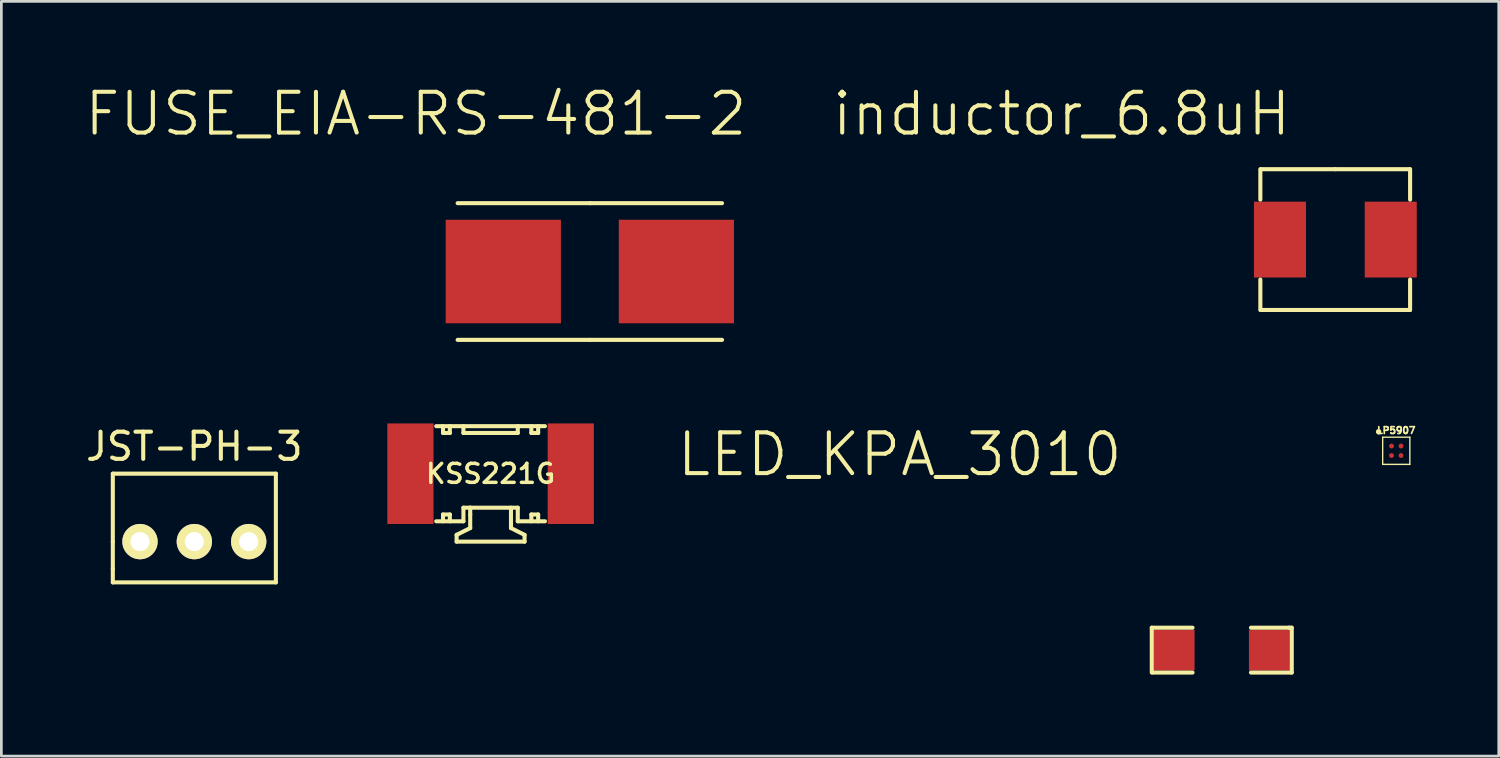
<source format=kicad_pcb>
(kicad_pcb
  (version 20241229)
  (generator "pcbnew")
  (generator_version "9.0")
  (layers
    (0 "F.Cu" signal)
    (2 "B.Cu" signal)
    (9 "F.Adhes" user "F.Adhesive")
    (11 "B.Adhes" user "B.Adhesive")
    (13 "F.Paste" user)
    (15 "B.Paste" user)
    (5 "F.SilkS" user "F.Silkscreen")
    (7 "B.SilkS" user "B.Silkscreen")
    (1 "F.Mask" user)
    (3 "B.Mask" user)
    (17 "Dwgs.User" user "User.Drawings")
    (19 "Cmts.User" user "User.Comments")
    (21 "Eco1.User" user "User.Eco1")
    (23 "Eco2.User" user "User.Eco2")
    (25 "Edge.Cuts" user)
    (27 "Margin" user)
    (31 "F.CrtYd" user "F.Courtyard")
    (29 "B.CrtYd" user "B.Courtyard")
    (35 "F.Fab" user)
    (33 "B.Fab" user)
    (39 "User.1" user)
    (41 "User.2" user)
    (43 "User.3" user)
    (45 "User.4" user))
  (footprint "inductor_6.8uH"
    (layer "F.Cu")
    (at 46.086 5.766)
    (property "Reference" "inductor_6.8uH" (at -10.075 -4.625 0) (layer "F.SilkS") (effects (font (size 1.5 1.5) (thickness 0.15))))
    (attr through_hole)
    (fp_line (start -2.76 -2.59) (end -2.76 -1.47) (stroke (width 0.15) (type solid)) (layer "F.SilkS"))
    (fp_line (start -2.76 2.59) (end -2.76 1.47) (stroke (width 0.15) (type solid)) (layer "F.SilkS"))
    (fp_line (start 0 -2.59) (end -2.745 -2.59) (stroke (width 0.15) (type solid)) (layer "F.SilkS"))
    (fp_line (start 0 -2.59) (end 2.745 -2.59) (stroke (width 0.15) (type solid)) (layer "F.SilkS"))
    (fp_line (start 0 2.59) (end -2.745 2.59) (stroke (width 0.15) (type solid)) (layer "F.SilkS"))
    (fp_line (start 0 2.59) (end 2.745 2.59) (stroke (width 0.15) (type solid)) (layer "F.SilkS"))
    (fp_line (start 2.75 -2.59) (end 2.75 -1.47) (stroke (width 0.15) (type solid)) (layer "F.SilkS"))
    (fp_line (start 2.75 2.59) (end 2.75 1.47) (stroke (width 0.15) (type solid)) (layer "F.SilkS"))
    (pad "1" smd rect (at -2.038 0) (size 1.915 2.79) (layers "F.Cu" "F.Mask" "F.Paste"))
    (pad "2" smd rect (at 2.038 0) (size 1.915 2.79) (layers "F.Cu" "F.Mask" "F.Paste")))
  (footprint "JST-PH-3"
    (layer "F.Cu")
    (at 4.101 16.879)
    (property "Reference" "JST-PH-3" (at 0 -3.5 0) (layer "F.SilkS") (effects (font (size 1 1) (thickness 0.15))))
    (attr through_hole)
    (fp_line (start -3 -2.5) (end 3 -2.5) (stroke (width 0.15) (type solid)) (layer "F.SilkS"))
    (fp_line (start -3 0) (end -3 -2.5) (stroke (width 0.15) (type solid)) (layer "F.SilkS"))
    (fp_line (start -3 1) (end -3 0) (stroke (width 0.15) (type solid)) (layer "F.SilkS"))
    (fp_line (start -3 1.5) (end -3 1) (stroke (width 0.15) (type solid)) (layer "F.SilkS"))
    (fp_line (start 3 -2.5) (end 3 1.5) (stroke (width 0.15) (type solid)) (layer "F.SilkS"))
    (fp_line (start 3 1.5) (end -3 1.5) (stroke (width 0.15) (type solid)) (layer "F.SilkS"))
    (pad "1" thru_hole circle (at -2 0) (size 1.3 1.3) (drill 0.7) (layers "*.Cu" "*.Mask" "F.SilkS"))
    (pad "2" thru_hole circle (at 0 0) (size 1.3 1.3) (drill 0.7) (layers "*.Cu" "*.Mask" "F.SilkS"))
    (pad "3" thru_hole circle (at 2 0) (size 1.3 1.3) (drill 0.7) (layers "*.Cu" "*.Mask" "F.SilkS")))
  (footprint "FUSE_EIA-RS-481-2"
    (layer "F.Cu")
    (at 18.654 6.941)
    (property "Reference" "FUSE_EIA-RS-481-2" (at -6.4 -5.8 0) (layer "F.SilkS") (effects (font (size 1.5 1.5) (thickness 0.15))))
    (attr through_hole)
    (fp_line (start 0 -2.515) (end -4.865 -2.515) (stroke (width 0.15) (type solid)) (layer "F.SilkS"))
    (fp_line (start 0 -2.515) (end 4.865 -2.515) (stroke (width 0.15) (type solid)) (layer "F.SilkS"))
    (fp_line (start 0 2.515) (end -4.865 2.515) (stroke (width 0.15) (type solid)) (layer "F.SilkS"))
    (fp_line (start 0 2.515) (end 4.865 2.515) (stroke (width 0.15) (type solid)) (layer "F.SilkS"))
    (pad "1" smd rect (at -3.185 0) (size 4.24 3.81) (layers "F.Cu" "F.Mask" "F.Paste"))
    (pad "2" smd rect (at 3.185 0) (size 4.24 3.81) (layers "F.Cu" "F.Mask" "F.Paste")))
  (footprint "LP5907"
    (layer "F.Cu")
    (at 48.327 13.537)
    (property "Reference" "LP5907" (at 0 -0.75 0) (layer "F.SilkS") (effects (font (size 0.25 0.25) (thickness 0.062))))
    (attr through_hole)
    (fp_line (start -0.5 -0.5) (end 0.5 -0.5) (stroke (width 0.05) (type solid)) (layer "F.SilkS"))
    (fp_line (start -0.5 0.5) (end -0.5 -0.5) (stroke (width 0.05) (type solid)) (layer "F.SilkS"))
    (fp_line (start 0.5 -0.5) (end 0.5 0.5) (stroke (width 0.05) (type solid)) (layer "F.SilkS"))
    (fp_line (start 0.5 0.5) (end -0.5 0.5) (stroke (width 0.05) (type solid)) (layer "F.SilkS"))
    (fp_circle (center -0.65 -0.7) (end -0.65 -0.65) (stroke (width 0.1) (type solid)) (fill no) (layer "F.SilkS"))
    (pad "A1" smd circle (at -0.175 -0.175) (size 0.18 0.18) (layers "F.Cu" "F.Mask" "F.Paste"))
    (pad "A2" smd circle (at 0.175 -0.175) (size 0.18 0.18) (layers "F.Cu" "F.Mask" "F.Paste"))
    (pad "B1" smd circle (at -0.175 0.175) (size 0.18 0.18) (layers "F.Cu" "F.Mask" "F.Paste"))
    (pad "B2" smd circle (at 0.175 0.175) (size 0.18 0.18) (layers "F.Cu" "F.Mask" "F.Paste")))
  (footprint "KSS221G"
    (layer "F.Cu")
    (at 15.002 14.381)
    (property "Reference" "KSS221G" (at 0 0 0) (layer "F.SilkS") (effects (font (size 0.7 0.7) (thickness 0.127))))
    (attr through_hole)
    (fp_line (start -2 -1.75) (end 2 -1.75) (stroke (width 0.15) (type solid)) (layer "F.SilkS"))
    (fp_line (start -1.75 -1.75) (end -1.75 -1.5) (stroke (width 0.15) (type solid)) (layer "F.SilkS"))
    (fp_line (start -1.75 -1.5) (end -1.5 -1.5) (stroke (width 0.15) (type solid)) (layer "F.SilkS"))
    (fp_line (start -1.75 1.5) (end -1.5 1.5) (stroke (width 0.15) (type solid)) (layer "F.SilkS"))
    (fp_line (start -1.75 1.75) (end -1.75 1.5) (stroke (width 0.15) (type solid)) (layer "F.SilkS"))
    (fp_line (start -1.5 -1.5) (end -1.5 -1.75) (stroke (width 0.15) (type solid)) (layer "F.SilkS"))
    (fp_line (start -1.5 1.5) (end -1.5 1.75) (stroke (width 0.15) (type solid)) (layer "F.SilkS"))
    (fp_line (start -1.25 2.25) (end -0.75 2) (stroke (width 0.15) (type solid)) (layer "F.SilkS"))
    (fp_line (start -1.25 2.5) (end -1.25 2.25) (stroke (width 0.15) (type solid)) (layer "F.SilkS"))
    (fp_line (start -1 -1.75) (end -1 -1.5) (stroke (width 0.15) (type solid)) (layer "F.SilkS"))
    (fp_line (start -1 -1.5) (end 1 -1.5) (stroke (width 0.15) (type solid)) (layer "F.SilkS"))
    (fp_line (start -1 1.25) (end -1 1.75) (stroke (width 0.15) (type solid)) (layer "F.SilkS"))
    (fp_line (start -1 1.75) (end -2 1.75) (stroke (width 0.15) (type solid)) (layer "F.SilkS"))
    (fp_line (start -0.75 1.25) (end -1 1.25) (stroke (width 0.15) (type solid)) (layer "F.SilkS"))
    (fp_line (start -0.75 1.5) (end -0.75 1.25) (stroke (width 0.15) (type solid)) (layer "F.SilkS"))
    (fp_line (start -0.75 2) (end -0.75 1.5) (stroke (width 0.15) (type solid)) (layer "F.SilkS"))
    (fp_line (start 0.75 1.5) (end 0.75 1.25) (stroke (width 0.15) (type solid)) (layer "F.SilkS"))
    (fp_line (start 0.75 1.5) (end 0.75 2) (stroke (width 0.15) (type solid)) (layer "F.SilkS"))
    (fp_line (start 0.75 2) (end 1.25 2.25) (stroke (width 0.15) (type solid)) (layer "F.SilkS"))
    (fp_line (start 1 -1.5) (end 1 -1.75) (stroke (width 0.15) (type solid)) (layer "F.SilkS"))
    (fp_line (start 1 1.25) (end -0.75 1.25) (stroke (width 0.15) (type solid)) (layer "F.SilkS"))
    (fp_line (start 1 1.75) (end 1 1.25) (stroke (width 0.15) (type solid)) (layer "F.SilkS"))
    (fp_line (start 1.25 2.25) (end 1.25 2.5) (stroke (width 0.15) (type solid)) (layer "F.SilkS"))
    (fp_line (start 1.25 2.5) (end -1.25 2.5) (stroke (width 0.15) (type solid)) (layer "F.SilkS"))
    (fp_line (start 1.5 -1.5) (end 1.5 -1.75) (stroke (width 0.15) (type solid)) (layer "F.SilkS"))
    (fp_line (start 1.5 1.5) (end 1.75 1.5) (stroke (width 0.15) (type solid)) (layer "F.SilkS"))
    (fp_line (start 1.5 1.75) (end 1.5 1.5) (stroke (width 0.15) (type solid)) (layer "F.SilkS"))
    (fp_line (start 1.75 -1.75) (end 1.75 -1.5) (stroke (width 0.15) (type solid)) (layer "F.SilkS"))
    (fp_line (start 1.75 -1.5) (end 1.5 -1.5) (stroke (width 0.15) (type solid)) (layer "F.SilkS"))
    (fp_line (start 1.75 1.5) (end 1.75 1.75) (stroke (width 0.15) (type solid)) (layer "F.SilkS"))
    (fp_line (start 2 1.75) (end 1 1.75) (stroke (width 0.15) (type solid)) (layer "F.SilkS"))
    (pad "1" smd rect (at -2.95 0) (size 1.7 3.7) (layers "F.Cu" "F.Mask" "F.Paste"))
    (pad "2" smd rect (at 2.95 0) (size 1.7 3.7) (layers "F.Cu" "F.Mask" "F.Paste")))
  (footprint "LED_KPA_3010"
    (layer "F.Cu")
    (at 41.906 20.872)
    (property "Reference" "LED_KPA_3010" (at -11.85 -7.2 0) (layer "F.SilkS") (effects (font (size 1.5 1.5) (thickness 0.15))))
    (attr through_hole)
    (fp_line (start -2.575 -0.825) (end -1.075 -0.825) (stroke (width 0.15) (type solid)) (layer "F.SilkS"))
    (fp_line (start -2.575 0.825) (end -2.575 -0.825) (stroke (width 0.15) (type solid)) (layer "F.SilkS"))
    (fp_line (start -1.075 0.825) (end -2.55 0.825) (stroke (width 0.15) (type solid)) (layer "F.SilkS"))
    (fp_line (start 1.075 0.825) (end 2.575 0.825) (stroke (width 0.15) (type solid)) (layer "F.SilkS"))
    (fp_line (start 2.5 -0.825) (end 1.075 -0.825) (stroke (width 0.15) (type solid)) (layer "F.SilkS"))
    (fp_line (start 2.575 -0.825) (end 2.475 -0.825) (stroke (width 0.15) (type solid)) (layer "F.SilkS"))
    (fp_line (start 2.575 0.825) (end 2.575 -0.825) (stroke (width 0.15) (type solid)) (layer "F.SilkS"))
    (pad "1" smd rect (at -1.75 0) (size 1.5 1.5) (layers "F.Cu" "F.Mask" "F.Paste"))
    (pad "2" smd rect (at 1.75 0) (size 1.5 1.5) (layers "F.Cu" "F.Mask" "F.Paste")))
  (gr_rect
    (start -3 -3)
    (end 52.098 24.771)
    (stroke (width 0.1) (type default))
    (fill no)
    (layer "Edge.Cuts")))
</source>
